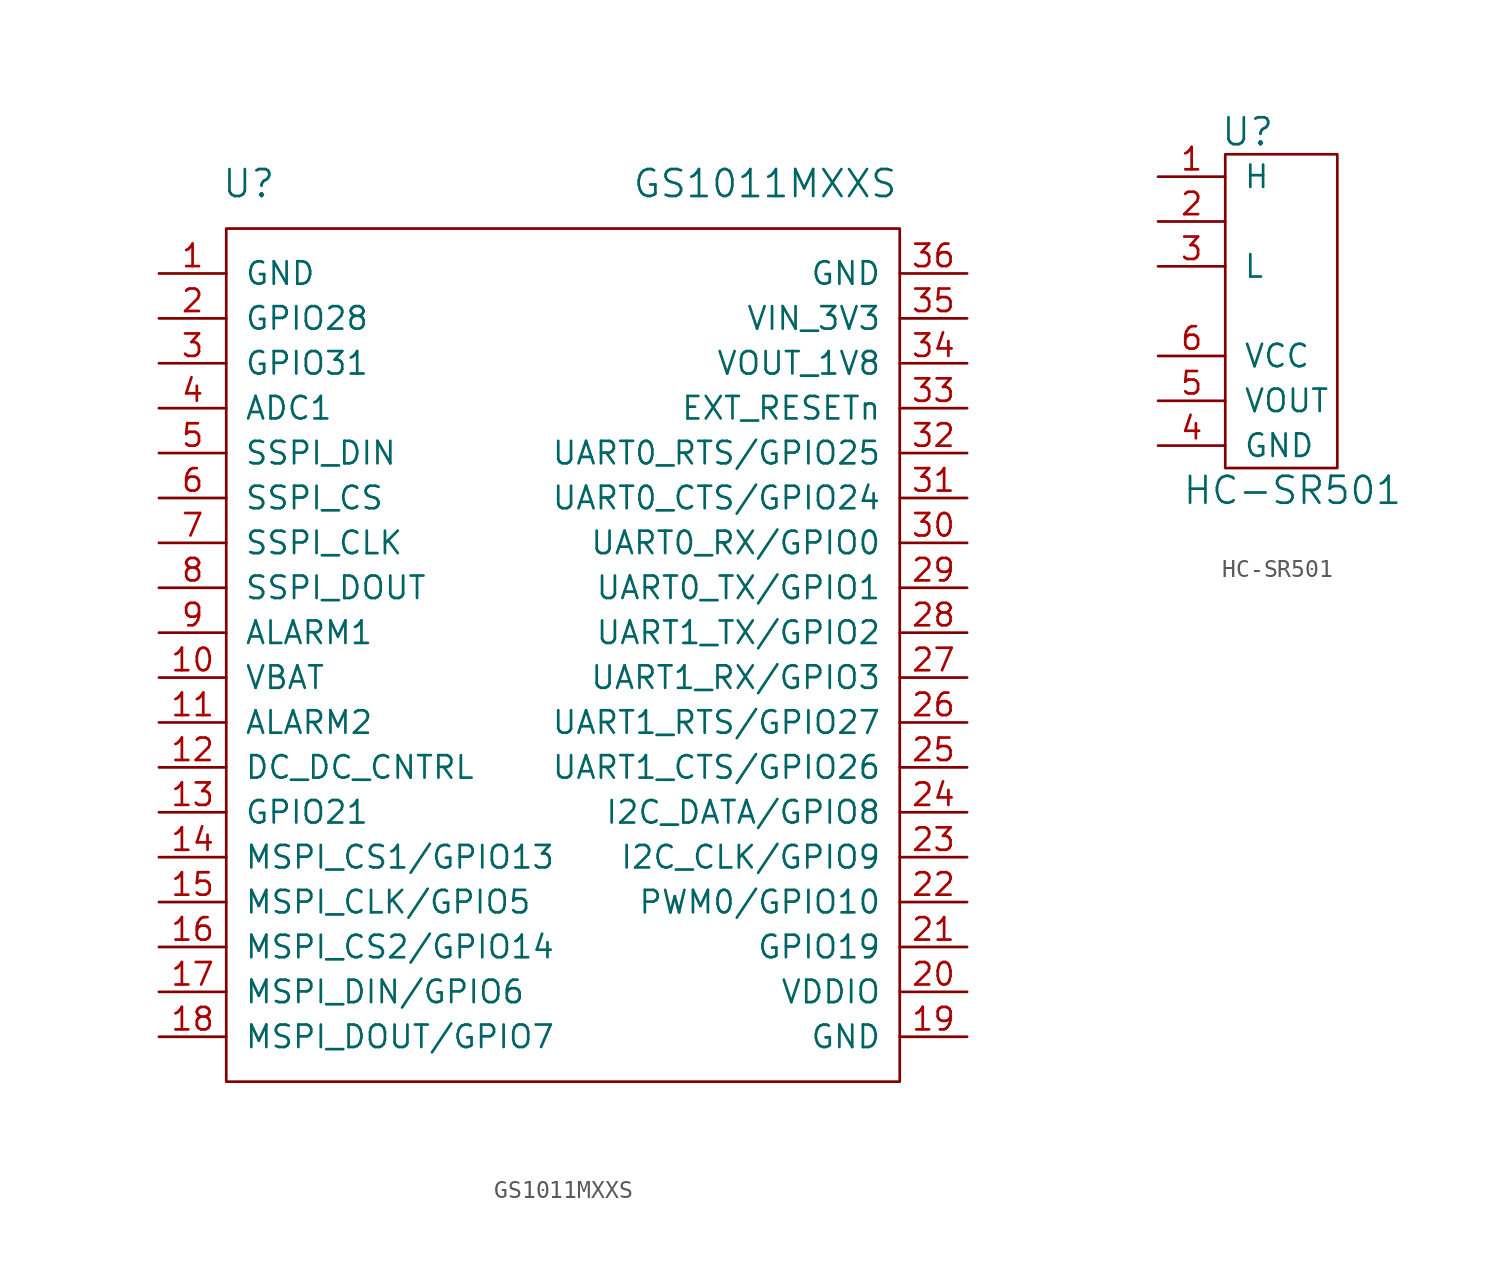
<source format=kicad_sym>
(kicad_symbol_lib
  (version 20210619)
  (generator kicad_symbol_editor)
  (symbol "tinkerforge:GS1011MXXS"
    (pin_names
      (offset 1.016))
    (property "Reference" "U"
      (at -17.78 26.67 0)
      (effects (font (size 1.524 1.524))))
    (property "Value" "GS1011MXXS"
      (at 11.43 26.67 0)
      (effects (font (size 1.524 1.524))))
    (property "Footprint" ""
      (at 0 0 0)
      (effects (font (size 1.524 1.524))))
    (property "Datasheet" ""
      (at 0 0 0)
      (effects (font (size 1.524 1.524))))
    (symbol "GS1011MXXS_0_1"
      (rectangle (start -19.05 24.13) (end 19.05 -24.13) (stroke (width 0)) (fill (type none))))
    (symbol "GS1011MXXS_1_1"
      (pin passive line (at -22.86 21.59 0) (length 3.81) (name "GND" (effects (font (size 1.27 1.27)))) (number "1" (effects (font (size 1.27 1.27)))))
      (pin passive line (at -22.86 -1.27 0) (length 3.81) (name "VBAT" (effects (font (size 1.27 1.27)))) (number "10" (effects (font (size 1.27 1.27)))))
      (pin passive line (at -22.86 -3.81 0) (length 3.81) (name "ALARM2" (effects (font (size 1.27 1.27)))) (number "11" (effects (font (size 1.27 1.27)))))
      (pin passive line (at -22.86 -6.35 0) (length 3.81) (name "DC_DC_CNTRL" (effects (font (size 1.27 1.27)))) (number "12" (effects (font (size 1.27 1.27)))))
      (pin passive line (at -22.86 -8.89 0) (length 3.81) (name "GPIO21" (effects (font (size 1.27 1.27)))) (number "13" (effects (font (size 1.27 1.27)))))
      (pin passive line (at -22.86 -11.43 0) (length 3.81) (name "MSPI_CS1/GPIO13" (effects (font (size 1.27 1.27)))) (number "14" (effects (font (size 1.27 1.27)))))
      (pin passive line (at -22.86 -13.97 0) (length 3.81) (name "MSPI_CLK/GPIO5" (effects (font (size 1.27 1.27)))) (number "15" (effects (font (size 1.27 1.27)))))
      (pin passive line (at -22.86 -16.51 0) (length 3.81) (name "MSPI_CS2/GPIO14" (effects (font (size 1.27 1.27)))) (number "16" (effects (font (size 1.27 1.27)))))
      (pin passive line (at -22.86 -19.05 0) (length 3.81) (name "MSPI_DIN/GPIO6" (effects (font (size 1.27 1.27)))) (number "17" (effects (font (size 1.27 1.27)))))
      (pin passive line (at -22.86 -21.59 0) (length 3.81) (name "MSPI_DOUT/GPIO7" (effects (font (size 1.27 1.27)))) (number "18" (effects (font (size 1.27 1.27)))))
      (pin passive line (at 22.86 -21.59 180) (length 3.81) (name "GND" (effects (font (size 1.27 1.27)))) (number "19" (effects (font (size 1.27 1.27)))))
      (pin passive line (at -22.86 19.05 0) (length 3.81) (name "GPIO28" (effects (font (size 1.27 1.27)))) (number "2" (effects (font (size 1.27 1.27)))))
      (pin passive line (at 22.86 -19.05 180) (length 3.81) (name "VDDIO" (effects (font (size 1.27 1.27)))) (number "20" (effects (font (size 1.27 1.27)))))
      (pin passive line (at 22.86 -16.51 180) (length 3.81) (name "GPIO19" (effects (font (size 1.27 1.27)))) (number "21" (effects (font (size 1.27 1.27)))))
      (pin passive line (at 22.86 -13.97 180) (length 3.81) (name "PWM0/GPIO10" (effects (font (size 1.27 1.27)))) (number "22" (effects (font (size 1.27 1.27)))))
      (pin passive line (at 22.86 -11.43 180) (length 3.81) (name "I2C_CLK/GPIO9" (effects (font (size 1.27 1.27)))) (number "23" (effects (font (size 1.27 1.27)))))
      (pin passive line (at 22.86 -8.89 180) (length 3.81) (name "I2C_DATA/GPIO8" (effects (font (size 1.27 1.27)))) (number "24" (effects (font (size 1.27 1.27)))))
      (pin passive line (at 22.86 -6.35 180) (length 3.81) (name "UART1_CTS/GPIO26" (effects (font (size 1.27 1.27)))) (number "25" (effects (font (size 1.27 1.27)))))
      (pin passive line (at 22.86 -3.81 180) (length 3.81) (name "UART1_RTS/GPIO27" (effects (font (size 1.27 1.27)))) (number "26" (effects (font (size 1.27 1.27)))))
      (pin passive line (at 22.86 -1.27 180) (length 3.81) (name "UART1_RX/GPIO3" (effects (font (size 1.27 1.27)))) (number "27" (effects (font (size 1.27 1.27)))))
      (pin passive line (at 22.86 1.27 180) (length 3.81) (name "UART1_TX/GPIO2" (effects (font (size 1.27 1.27)))) (number "28" (effects (font (size 1.27 1.27)))))
      (pin passive line (at 22.86 3.81 180) (length 3.81) (name "UART0_TX/GPIO1" (effects (font (size 1.27 1.27)))) (number "29" (effects (font (size 1.27 1.27)))))
      (pin passive line (at -22.86 16.51 0) (length 3.81) (name "GPIO31" (effects (font (size 1.27 1.27)))) (number "3" (effects (font (size 1.27 1.27)))))
      (pin passive line (at 22.86 6.35 180) (length 3.81) (name "UART0_RX/GPIO0" (effects (font (size 1.27 1.27)))) (number "30" (effects (font (size 1.27 1.27)))))
      (pin passive line (at 22.86 8.89 180) (length 3.81) (name "UART0_CTS/GPIO24" (effects (font (size 1.27 1.27)))) (number "31" (effects (font (size 1.27 1.27)))))
      (pin passive line (at 22.86 11.43 180) (length 3.81) (name "UART0_RTS/GPIO25" (effects (font (size 1.27 1.27)))) (number "32" (effects (font (size 1.27 1.27)))))
      (pin passive line (at 22.86 13.97 180) (length 3.81) (name "EXT_RESETn" (effects (font (size 1.27 1.27)))) (number "33" (effects (font (size 1.27 1.27)))))
      (pin passive line (at 22.86 16.51 180) (length 3.81) (name "VOUT_1V8" (effects (font (size 1.27 1.27)))) (number "34" (effects (font (size 1.27 1.27)))))
      (pin passive line (at 22.86 19.05 180) (length 3.81) (name "VIN_3V3" (effects (font (size 1.27 1.27)))) (number "35" (effects (font (size 1.27 1.27)))))
      (pin passive line (at 22.86 21.59 180) (length 3.81) (name "GND" (effects (font (size 1.27 1.27)))) (number "36" (effects (font (size 1.27 1.27)))))
      (pin passive line (at -22.86 13.97 0) (length 3.81) (name "ADC1" (effects (font (size 1.27 1.27)))) (number "4" (effects (font (size 1.27 1.27)))))
      (pin passive line (at -22.86 11.43 0) (length 3.81) (name "SSPI_DIN" (effects (font (size 1.27 1.27)))) (number "5" (effects (font (size 1.27 1.27)))))
      (pin passive line (at -22.86 8.89 0) (length 3.81) (name "SSPI_CS" (effects (font (size 1.27 1.27)))) (number "6" (effects (font (size 1.27 1.27)))))
      (pin passive line (at -22.86 6.35 0) (length 3.81) (name "SSPI_CLK" (effects (font (size 1.27 1.27)))) (number "7" (effects (font (size 1.27 1.27)))))
      (pin passive line (at -22.86 3.81 0) (length 3.81) (name "SSPI_DOUT" (effects (font (size 1.27 1.27)))) (number "8" (effects (font (size 1.27 1.27)))))
      (pin passive line (at -22.86 1.27 0) (length 3.81) (name "ALARM1" (effects (font (size 1.27 1.27)))) (number "9" (effects (font (size 1.27 1.27)))))))
  (symbol "tinkerforge:HC-SR501"
    (pin_names
      (offset 1.016))
    (property "Reference" "U"
      (at -1.27 10.16 0)
      (effects (font (size 1.524 1.524))))
    (property "Value" "HC-SR501"
      (at 1.27 -10.16 0)
      (effects (font (size 1.524 1.524))))
    (property "Footprint" ""
      (at 0 0 0)
      (effects (font (size 1.524 1.524))))
    (property "Datasheet" ""
      (at 0 0 0)
      (effects (font (size 1.524 1.524))))
    (symbol "HC-SR501_0_1"
      (rectangle (start -2.54 8.89) (end 3.81 -8.89) (stroke (width 0)) (fill (type none))))
    (symbol "HC-SR501_1_1"
      (pin passive line (at -6.35 7.62 0) (length 3.81) (name "H" (effects (font (size 1.27 1.27)))) (number "1" (effects (font (size 1.27 1.27)))))
      (pin passive line (at -6.35 5.08 0) (length 3.81) (name "~" (effects (font (size 1.27 1.27)))) (number "2" (effects (font (size 1.27 1.27)))))
      (pin passive line (at -6.35 2.54 0) (length 3.81) (name "L" (effects (font (size 1.27 1.27)))) (number "3" (effects (font (size 1.27 1.27)))))
      (pin passive line (at -6.35 -7.62 0) (length 3.81) (name "GND" (effects (font (size 1.27 1.27)))) (number "4" (effects (font (size 1.27 1.27)))))
      (pin passive line (at -6.35 -5.08 0) (length 3.81) (name "VOUT" (effects (font (size 1.27 1.27)))) (number "5" (effects (font (size 1.27 1.27)))))
      (pin passive line (at -6.35 -2.54 0) (length 3.81) (name "VCC" (effects (font (size 1.27 1.27)))) (number "6" (effects (font (size 1.27 1.27))))))))
</source>
